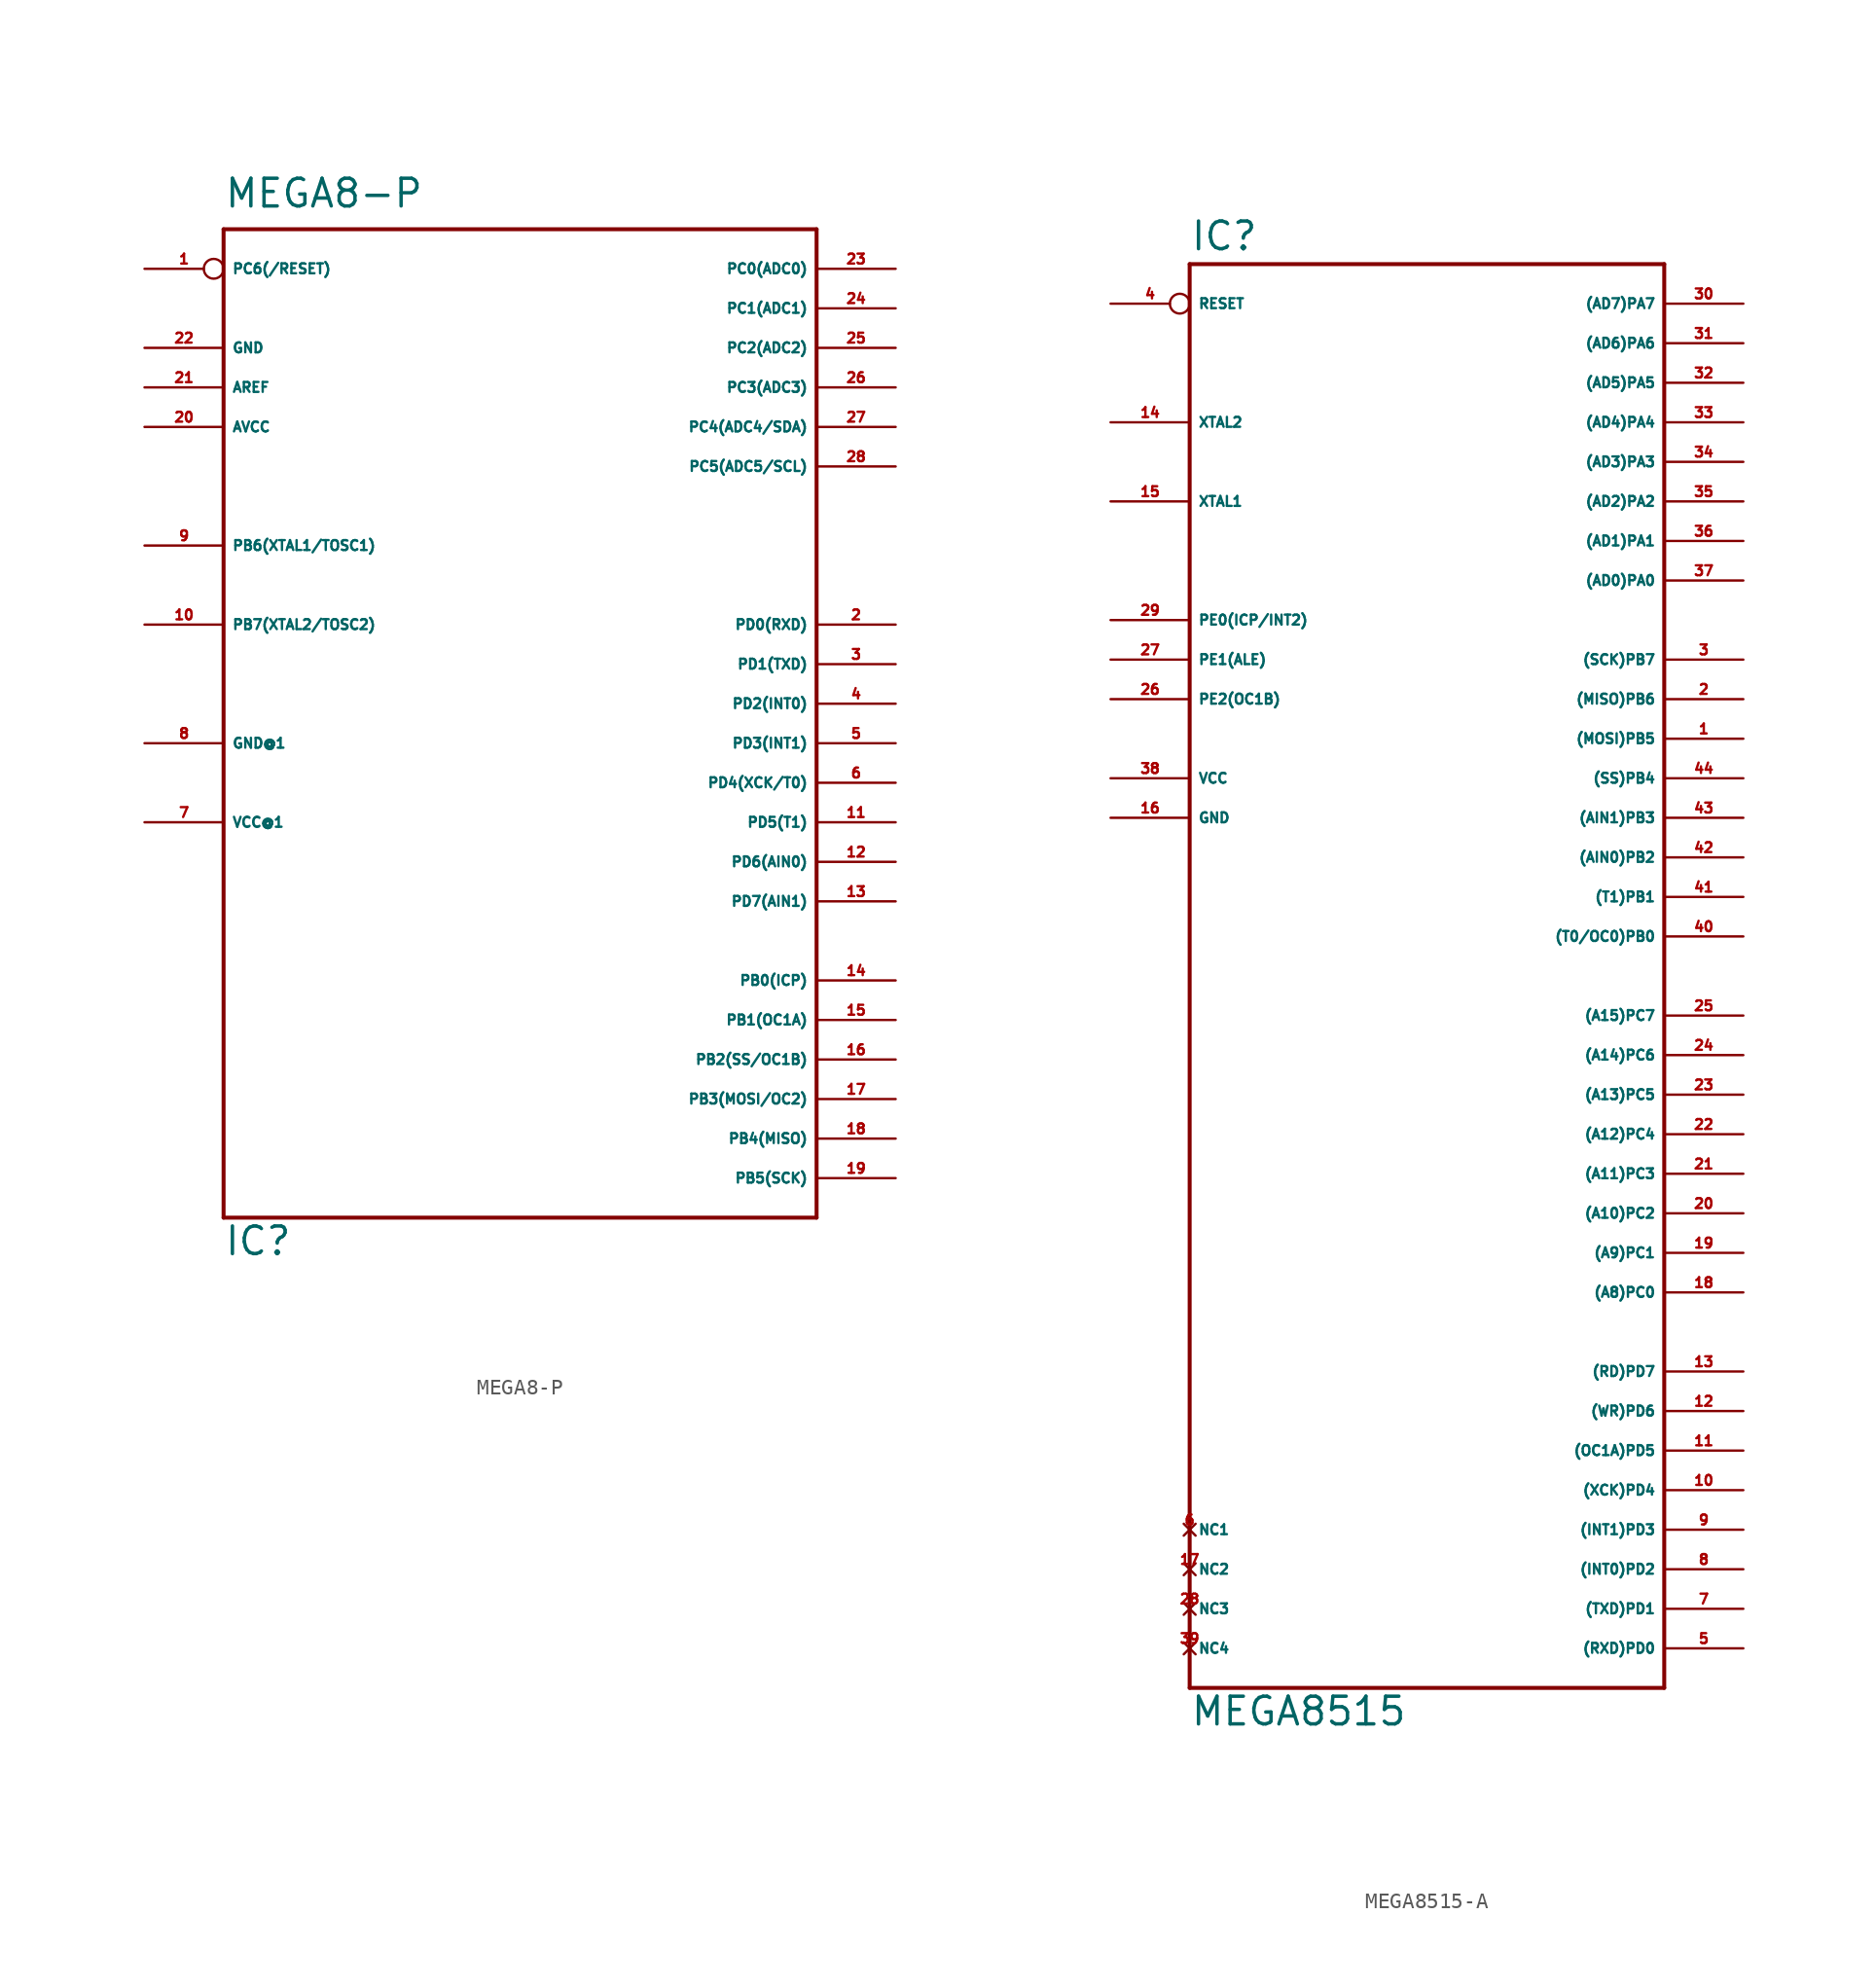
<source format=kicad_sym>
(kicad_symbol_lib
  (version 20220914)
  (generator Eagle2Kicad)
  (symbol "MEGA8-P"
    (property "Reference" "IC"
      (at -17.78 -35.56 0)
      (effects (font (size 1.778 1.778) (thickness 0.22)) (justify left bottom)))
    (property "Value" "MEGA8-P"
      (at -17.78 31.75 0)
      (effects (font (size 1.778 1.778) (thickness 0.22)) (justify left bottom)))
    (polyline
      (pts (xy -17.78 30.48) (xy 20.32 30.48))
      (stroke (width 0.254) (type default))
      (fill (type none)))
    (polyline
      (pts (xy 20.32 30.48) (xy 20.32 -33.02))
      (stroke (width 0.254) (type default))
      (fill (type none)))
    (polyline
      (pts (xy 20.32 -33.02) (xy -17.78 -33.02))
      (stroke (width 0.254) (type default))
      (fill (type none)))
    (polyline
      (pts (xy -17.78 -33.02) (xy -17.78 30.48))
      (stroke (width 0.254) (type default))
      (fill (type none)))
    (pin bidirectional line
      (at 25.4 -30.48 180)
      (length 5.08)
      (name "PB5(SCK)" (effects (font (size 0.635 0.635) (thickness 0.08)) (justify left bottom)))
      (number "19" (effects (font (size 0.635 0.635) (thickness 0.08)) (justify left bottom))))
    (pin bidirectional line
      (at -22.86 5.08 0)
      (length 5.08)
      (name "PB7(XTAL2/TOSC2)" (effects (font (size 0.635 0.635) (thickness 0.08)) (justify left bottom)))
      (number "10" (effects (font (size 0.635 0.635) (thickness 0.08)) (justify left bottom))))
    (pin bidirectional line
      (at -22.86 10.16 0)
      (length 5.08)
      (name "PB6(XTAL1/TOSC1)" (effects (font (size 0.635 0.635) (thickness 0.08)) (justify left bottom)))
      (number "9" (effects (font (size 0.635 0.635) (thickness 0.08)) (justify left bottom))))
    (pin unspecified line
      (at -22.86 -2.54 0)
      (length 5.08)
      (name "GND@1" (effects (font (size 0.635 0.635) (thickness 0.08)) (justify left bottom)))
      (number "8" (effects (font (size 0.635 0.635) (thickness 0.08)) (justify left bottom))))
    (pin unspecified line
      (at -22.86 -7.62 0)
      (length 5.08)
      (name "VCC@1" (effects (font (size 0.635 0.635) (thickness 0.08)) (justify left bottom)))
      (number "7" (effects (font (size 0.635 0.635) (thickness 0.08)) (justify left bottom))))
    (pin unspecified line
      (at -22.86 22.86 0)
      (length 5.08)
      (name "GND" (effects (font (size 0.635 0.635) (thickness 0.08)) (justify left bottom)))
      (number "22" (effects (font (size 0.635 0.635) (thickness 0.08)) (justify left bottom))))
    (pin passive line
      (at -22.86 20.32 0)
      (length 5.08)
      (name "AREF" (effects (font (size 0.635 0.635) (thickness 0.08)) (justify left bottom)))
      (number "21" (effects (font (size 0.635 0.635) (thickness 0.08)) (justify left bottom))))
    (pin unspecified line
      (at -22.86 17.78 0)
      (length 5.08)
      (name "AVCC" (effects (font (size 0.635 0.635) (thickness 0.08)) (justify left bottom)))
      (number "20" (effects (font (size 0.635 0.635) (thickness 0.08)) (justify left bottom))))
    (pin bidirectional line
      (at 25.4 -27.94 180)
      (length 5.08)
      (name "PB4(MISO)" (effects (font (size 0.635 0.635) (thickness 0.08)) (justify left bottom)))
      (number "18" (effects (font (size 0.635 0.635) (thickness 0.08)) (justify left bottom))))
    (pin bidirectional line
      (at 25.4 -25.4 180)
      (length 5.08)
      (name "PB3(MOSI/OC2)" (effects (font (size 0.635 0.635) (thickness 0.08)) (justify left bottom)))
      (number "17" (effects (font (size 0.635 0.635) (thickness 0.08)) (justify left bottom))))
    (pin bidirectional line
      (at 25.4 -22.86 180)
      (length 5.08)
      (name "PB2(SS/OC1B)" (effects (font (size 0.635 0.635) (thickness 0.08)) (justify left bottom)))
      (number "16" (effects (font (size 0.635 0.635) (thickness 0.08)) (justify left bottom))))
    (pin bidirectional line
      (at 25.4 -20.32 180)
      (length 5.08)
      (name "PB1(OC1A)" (effects (font (size 0.635 0.635) (thickness 0.08)) (justify left bottom)))
      (number "15" (effects (font (size 0.635 0.635) (thickness 0.08)) (justify left bottom))))
    (pin bidirectional line
      (at 25.4 -17.78 180)
      (length 5.08)
      (name "PB0(ICP)" (effects (font (size 0.635 0.635) (thickness 0.08)) (justify left bottom)))
      (number "14" (effects (font (size 0.635 0.635) (thickness 0.08)) (justify left bottom))))
    (pin bidirectional line
      (at 25.4 -12.7 180)
      (length 5.08)
      (name "PD7(AIN1)" (effects (font (size 0.635 0.635) (thickness 0.08)) (justify left bottom)))
      (number "13" (effects (font (size 0.635 0.635) (thickness 0.08)) (justify left bottom))))
    (pin bidirectional line
      (at 25.4 -10.16 180)
      (length 5.08)
      (name "PD6(AIN0)" (effects (font (size 0.635 0.635) (thickness 0.08)) (justify left bottom)))
      (number "12" (effects (font (size 0.635 0.635) (thickness 0.08)) (justify left bottom))))
    (pin bidirectional line
      (at 25.4 -7.62 180)
      (length 5.08)
      (name "PD5(T1)" (effects (font (size 0.635 0.635) (thickness 0.08)) (justify left bottom)))
      (number "11" (effects (font (size 0.635 0.635) (thickness 0.08)) (justify left bottom))))
    (pin bidirectional line
      (at 25.4 -5.08 180)
      (length 5.08)
      (name "PD4(XCK/T0)" (effects (font (size 0.635 0.635) (thickness 0.08)) (justify left bottom)))
      (number "6" (effects (font (size 0.635 0.635) (thickness 0.08)) (justify left bottom))))
    (pin bidirectional line
      (at 25.4 -2.54 180)
      (length 5.08)
      (name "PD3(INT1)" (effects (font (size 0.635 0.635) (thickness 0.08)) (justify left bottom)))
      (number "5" (effects (font (size 0.635 0.635) (thickness 0.08)) (justify left bottom))))
    (pin bidirectional line
      (at 25.4 0 180)
      (length 5.08)
      (name "PD2(INT0)" (effects (font (size 0.635 0.635) (thickness 0.08)) (justify left bottom)))
      (number "4" (effects (font (size 0.635 0.635) (thickness 0.08)) (justify left bottom))))
    (pin bidirectional line
      (at 25.4 2.54 180)
      (length 5.08)
      (name "PD1(TXD)" (effects (font (size 0.635 0.635) (thickness 0.08)) (justify left bottom)))
      (number "3" (effects (font (size 0.635 0.635) (thickness 0.08)) (justify left bottom))))
    (pin bidirectional line
      (at 25.4 5.08 180)
      (length 5.08)
      (name "PD0(RXD)" (effects (font (size 0.635 0.635) (thickness 0.08)) (justify left bottom)))
      (number "2" (effects (font (size 0.635 0.635) (thickness 0.08)) (justify left bottom))))
    (pin bidirectional line
      (at 25.4 15.24 180)
      (length 5.08)
      (name "PC5(ADC5/SCL)" (effects (font (size 0.635 0.635) (thickness 0.08)) (justify left bottom)))
      (number "28" (effects (font (size 0.635 0.635) (thickness 0.08)) (justify left bottom))))
    (pin bidirectional line
      (at 25.4 17.78 180)
      (length 5.08)
      (name "PC4(ADC4/SDA)" (effects (font (size 0.635 0.635) (thickness 0.08)) (justify left bottom)))
      (number "27" (effects (font (size 0.635 0.635) (thickness 0.08)) (justify left bottom))))
    (pin bidirectional line
      (at 25.4 20.32 180)
      (length 5.08)
      (name "PC3(ADC3)" (effects (font (size 0.635 0.635) (thickness 0.08)) (justify left bottom)))
      (number "26" (effects (font (size 0.635 0.635) (thickness 0.08)) (justify left bottom))))
    (pin bidirectional line
      (at 25.4 22.86 180)
      (length 5.08)
      (name "PC2(ADC2)" (effects (font (size 0.635 0.635) (thickness 0.08)) (justify left bottom)))
      (number "25" (effects (font (size 0.635 0.635) (thickness 0.08)) (justify left bottom))))
    (pin bidirectional line
      (at 25.4 25.4 180)
      (length 5.08)
      (name "PC1(ADC1)" (effects (font (size 0.635 0.635) (thickness 0.08)) (justify left bottom)))
      (number "24" (effects (font (size 0.635 0.635) (thickness 0.08)) (justify left bottom))))
    (pin bidirectional line
      (at 25.4 27.94 180)
      (length 5.08)
      (name "PC0(ADC0)" (effects (font (size 0.635 0.635) (thickness 0.08)) (justify left bottom)))
      (number "23" (effects (font (size 0.635 0.635) (thickness 0.08)) (justify left bottom))))
    (pin bidirectional inverted
      (at -22.86 27.94 0)
      (length 5.08)
      (name "PC6(/RESET)" (effects (font (size 0.635 0.635) (thickness 0.08)) (justify left bottom)))
      (number "1" (effects (font (size 0.635 0.635) (thickness 0.08)) (justify left bottom)))))
  (symbol "MEGA8515-A"
    (property "Reference" "IC"
      (at -15.24 41.402 0)
      (effects (font (size 1.778 1.778) (thickness 0.22)) (justify left bottom)))
    (property "Value" "MEGA8515"
      (at -15.24 -53.34 0)
      (effects (font (size 1.778 1.778) (thickness 0.22)) (justify left bottom)))
    (polyline
      (pts (xy -15.24 40.64) (xy 15.24 40.64))
      (stroke (width 0.254) (type default))
      (fill (type none)))
    (polyline
      (pts (xy 15.24 40.64) (xy 15.24 -50.8))
      (stroke (width 0.254) (type default))
      (fill (type none)))
    (polyline
      (pts (xy 15.24 -50.8) (xy -15.24 -50.8))
      (stroke (width 0.254) (type default))
      (fill (type none)))
    (polyline
      (pts (xy -15.24 -50.8) (xy -15.24 40.64))
      (stroke (width 0.254) (type default))
      (fill (type none)))
    (pin bidirectional line
      (at 20.32 38.1 180)
      (length 5.08)
      (name "(AD7)PA7" (effects (font (size 0.635 0.635) (thickness 0.08)) (justify left bottom)))
      (number "30" (effects (font (size 0.635 0.635) (thickness 0.08)) (justify left bottom))))
    (pin bidirectional line
      (at 20.32 35.56 180)
      (length 5.08)
      (name "(AD6)PA6" (effects (font (size 0.635 0.635) (thickness 0.08)) (justify left bottom)))
      (number "31" (effects (font (size 0.635 0.635) (thickness 0.08)) (justify left bottom))))
    (pin bidirectional line
      (at 20.32 33.02 180)
      (length 5.08)
      (name "(AD5)PA5" (effects (font (size 0.635 0.635) (thickness 0.08)) (justify left bottom)))
      (number "32" (effects (font (size 0.635 0.635) (thickness 0.08)) (justify left bottom))))
    (pin bidirectional line
      (at 20.32 30.48 180)
      (length 5.08)
      (name "(AD4)PA4" (effects (font (size 0.635 0.635) (thickness 0.08)) (justify left bottom)))
      (number "33" (effects (font (size 0.635 0.635) (thickness 0.08)) (justify left bottom))))
    (pin bidirectional line
      (at 20.32 27.94 180)
      (length 5.08)
      (name "(AD3)PA3" (effects (font (size 0.635 0.635) (thickness 0.08)) (justify left bottom)))
      (number "34" (effects (font (size 0.635 0.635) (thickness 0.08)) (justify left bottom))))
    (pin bidirectional line
      (at 20.32 25.4 180)
      (length 5.08)
      (name "(AD2)PA2" (effects (font (size 0.635 0.635) (thickness 0.08)) (justify left bottom)))
      (number "35" (effects (font (size 0.635 0.635) (thickness 0.08)) (justify left bottom))))
    (pin bidirectional line
      (at 20.32 22.86 180)
      (length 5.08)
      (name "(AD1)PA1" (effects (font (size 0.635 0.635) (thickness 0.08)) (justify left bottom)))
      (number "36" (effects (font (size 0.635 0.635) (thickness 0.08)) (justify left bottom))))
    (pin bidirectional line
      (at 20.32 20.32 180)
      (length 5.08)
      (name "(AD0)PA0" (effects (font (size 0.635 0.635) (thickness 0.08)) (justify left bottom)))
      (number "37" (effects (font (size 0.635 0.635) (thickness 0.08)) (justify left bottom))))
    (pin bidirectional line
      (at 20.32 15.24 180)
      (length 5.08)
      (name "(SCK)PB7" (effects (font (size 0.635 0.635) (thickness 0.08)) (justify left bottom)))
      (number "3" (effects (font (size 0.635 0.635) (thickness 0.08)) (justify left bottom))))
    (pin bidirectional line
      (at 20.32 12.7 180)
      (length 5.08)
      (name "(MISO)PB6" (effects (font (size 0.635 0.635) (thickness 0.08)) (justify left bottom)))
      (number "2" (effects (font (size 0.635 0.635) (thickness 0.08)) (justify left bottom))))
    (pin bidirectional line
      (at 20.32 10.16 180)
      (length 5.08)
      (name "(MOSI)PB5" (effects (font (size 0.635 0.635) (thickness 0.08)) (justify left bottom)))
      (number "1" (effects (font (size 0.635 0.635) (thickness 0.08)) (justify left bottom))))
    (pin bidirectional line
      (at 20.32 7.62 180)
      (length 5.08)
      (name "(SS)PB4" (effects (font (size 0.635 0.635) (thickness 0.08)) (justify left bottom)))
      (number "44" (effects (font (size 0.635 0.635) (thickness 0.08)) (justify left bottom))))
    (pin bidirectional line
      (at 20.32 5.08 180)
      (length 5.08)
      (name "(AIN1)PB3" (effects (font (size 0.635 0.635) (thickness 0.08)) (justify left bottom)))
      (number "43" (effects (font (size 0.635 0.635) (thickness 0.08)) (justify left bottom))))
    (pin bidirectional line
      (at 20.32 2.54 180)
      (length 5.08)
      (name "(AIN0)PB2" (effects (font (size 0.635 0.635) (thickness 0.08)) (justify left bottom)))
      (number "42" (effects (font (size 0.635 0.635) (thickness 0.08)) (justify left bottom))))
    (pin bidirectional line
      (at 20.32 0 180)
      (length 5.08)
      (name "(T1)PB1" (effects (font (size 0.635 0.635) (thickness 0.08)) (justify left bottom)))
      (number "41" (effects (font (size 0.635 0.635) (thickness 0.08)) (justify left bottom))))
    (pin bidirectional line
      (at 20.32 -2.54 180)
      (length 5.08)
      (name "(T0/OC0)PB0" (effects (font (size 0.635 0.635) (thickness 0.08)) (justify left bottom)))
      (number "40" (effects (font (size 0.635 0.635) (thickness 0.08)) (justify left bottom))))
    (pin bidirectional line
      (at 20.32 -7.62 180)
      (length 5.08)
      (name "(A15)PC7" (effects (font (size 0.635 0.635) (thickness 0.08)) (justify left bottom)))
      (number "25" (effects (font (size 0.635 0.635) (thickness 0.08)) (justify left bottom))))
    (pin bidirectional line
      (at 20.32 -10.16 180)
      (length 5.08)
      (name "(A14)PC6" (effects (font (size 0.635 0.635) (thickness 0.08)) (justify left bottom)))
      (number "24" (effects (font (size 0.635 0.635) (thickness 0.08)) (justify left bottom))))
    (pin bidirectional line
      (at 20.32 -12.7 180)
      (length 5.08)
      (name "(A13)PC5" (effects (font (size 0.635 0.635) (thickness 0.08)) (justify left bottom)))
      (number "23" (effects (font (size 0.635 0.635) (thickness 0.08)) (justify left bottom))))
    (pin bidirectional line
      (at 20.32 -15.24 180)
      (length 5.08)
      (name "(A12)PC4" (effects (font (size 0.635 0.635) (thickness 0.08)) (justify left bottom)))
      (number "22" (effects (font (size 0.635 0.635) (thickness 0.08)) (justify left bottom))))
    (pin bidirectional line
      (at 20.32 -17.78 180)
      (length 5.08)
      (name "(A11)PC3" (effects (font (size 0.635 0.635) (thickness 0.08)) (justify left bottom)))
      (number "21" (effects (font (size 0.635 0.635) (thickness 0.08)) (justify left bottom))))
    (pin bidirectional line
      (at 20.32 -20.32 180)
      (length 5.08)
      (name "(A10)PC2" (effects (font (size 0.635 0.635) (thickness 0.08)) (justify left bottom)))
      (number "20" (effects (font (size 0.635 0.635) (thickness 0.08)) (justify left bottom))))
    (pin bidirectional line
      (at 20.32 -22.86 180)
      (length 5.08)
      (name "(A9)PC1" (effects (font (size 0.635 0.635) (thickness 0.08)) (justify left bottom)))
      (number "19" (effects (font (size 0.635 0.635) (thickness 0.08)) (justify left bottom))))
    (pin bidirectional line
      (at 20.32 -25.4 180)
      (length 5.08)
      (name "(A8)PC0" (effects (font (size 0.635 0.635) (thickness 0.08)) (justify left bottom)))
      (number "18" (effects (font (size 0.635 0.635) (thickness 0.08)) (justify left bottom))))
    (pin bidirectional line
      (at -20.32 12.7 0)
      (length 5.08)
      (name "PE2(OC1B)" (effects (font (size 0.635 0.635) (thickness 0.08)) (justify left bottom)))
      (number "26" (effects (font (size 0.635 0.635) (thickness 0.08)) (justify left bottom))))
    (pin bidirectional line
      (at -20.32 15.24 0)
      (length 5.08)
      (name "PE1(ALE)" (effects (font (size 0.635 0.635) (thickness 0.08)) (justify left bottom)))
      (number "27" (effects (font (size 0.635 0.635) (thickness 0.08)) (justify left bottom))))
    (pin bidirectional line
      (at -20.32 17.78 0)
      (length 5.08)
      (name "PE0(ICP/INT2)" (effects (font (size 0.635 0.635) (thickness 0.08)) (justify left bottom)))
      (number "29" (effects (font (size 0.635 0.635) (thickness 0.08)) (justify left bottom))))
    (pin bidirectional line
      (at -20.32 25.4 0)
      (length 5.08)
      (name "XTAL1" (effects (font (size 0.635 0.635) (thickness 0.08)) (justify left bottom)))
      (number "15" (effects (font (size 0.635 0.635) (thickness 0.08)) (justify left bottom))))
    (pin bidirectional line
      (at -20.32 30.48 0)
      (length 5.08)
      (name "XTAL2" (effects (font (size 0.635 0.635) (thickness 0.08)) (justify left bottom)))
      (number "14" (effects (font (size 0.635 0.635) (thickness 0.08)) (justify left bottom))))
    (pin unspecified line
      (at -20.32 7.62 0)
      (length 5.08)
      (name "VCC" (effects (font (size 0.635 0.635) (thickness 0.08)) (justify left bottom)))
      (number "38" (effects (font (size 0.635 0.635) (thickness 0.08)) (justify left bottom))))
    (pin unspecified line
      (at -20.32 5.08 0)
      (length 5.08)
      (name "GND" (effects (font (size 0.635 0.635) (thickness 0.08)) (justify left bottom)))
      (number "16" (effects (font (size 0.635 0.635) (thickness 0.08)) (justify left bottom))))
    (pin input inverted
      (at -20.32 38.1 0)
      (length 5.08)
      (name "RESET" (effects (font (size 0.635 0.635) (thickness 0.08)) (justify left bottom)))
      (number "4" (effects (font (size 0.635 0.635) (thickness 0.08)) (justify left bottom))))
    (pin bidirectional line
      (at 20.32 -48.26 180)
      (length 5.08)
      (name "(RXD)PD0" (effects (font (size 0.635 0.635) (thickness 0.08)) (justify left bottom)))
      (number "5" (effects (font (size 0.635 0.635) (thickness 0.08)) (justify left bottom))))
    (pin bidirectional line
      (at 20.32 -45.72 180)
      (length 5.08)
      (name "(TXD)PD1" (effects (font (size 0.635 0.635) (thickness 0.08)) (justify left bottom)))
      (number "7" (effects (font (size 0.635 0.635) (thickness 0.08)) (justify left bottom))))
    (pin bidirectional line
      (at 20.32 -43.18 180)
      (length 5.08)
      (name "(INT0)PD2" (effects (font (size 0.635 0.635) (thickness 0.08)) (justify left bottom)))
      (number "8" (effects (font (size 0.635 0.635) (thickness 0.08)) (justify left bottom))))
    (pin bidirectional line
      (at 20.32 -40.64 180)
      (length 5.08)
      (name "(INT1)PD3" (effects (font (size 0.635 0.635) (thickness 0.08)) (justify left bottom)))
      (number "9" (effects (font (size 0.635 0.635) (thickness 0.08)) (justify left bottom))))
    (pin bidirectional line
      (at 20.32 -38.1 180)
      (length 5.08)
      (name "(XCK)PD4" (effects (font (size 0.635 0.635) (thickness 0.08)) (justify left bottom)))
      (number "10" (effects (font (size 0.635 0.635) (thickness 0.08)) (justify left bottom))))
    (pin bidirectional line
      (at 20.32 -35.56 180)
      (length 5.08)
      (name "(OC1A)PD5" (effects (font (size 0.635 0.635) (thickness 0.08)) (justify left bottom)))
      (number "11" (effects (font (size 0.635 0.635) (thickness 0.08)) (justify left bottom))))
    (pin bidirectional line
      (at 20.32 -33.02 180)
      (length 5.08)
      (name "(WR)PD6" (effects (font (size 0.635 0.635) (thickness 0.08)) (justify left bottom)))
      (number "12" (effects (font (size 0.635 0.635) (thickness 0.08)) (justify left bottom))))
    (pin bidirectional line
      (at 20.32 -30.48 180)
      (length 5.08)
      (name "(RD)PD7" (effects (font (size 0.635 0.635) (thickness 0.08)) (justify left bottom)))
      (number "13" (effects (font (size 0.635 0.635) (thickness 0.08)) (justify left bottom))))
    (pin no_connect line
      (at -15.24 -40.64 0)
      (length 0)
      (name "NC1" (effects (font (size 0.635 0.635) (thickness 0.08)) (justify left bottom) hide))
      (number "6" (effects (font (size 0.635 0.635) (thickness 0.08)) (justify left bottom) hide)))
    (pin no_connect line
      (at -15.24 -43.18 0)
      (length 0)
      (name "NC2" (effects (font (size 0.635 0.635) (thickness 0.08)) (justify left bottom) hide))
      (number "17" (effects (font (size 0.635 0.635) (thickness 0.08)) (justify left bottom) hide)))
    (pin no_connect line
      (at -15.24 -45.72 0)
      (length 0)
      (name "NC3" (effects (font (size 0.635 0.635) (thickness 0.08)) (justify left bottom) hide))
      (number "28" (effects (font (size 0.635 0.635) (thickness 0.08)) (justify left bottom) hide)))
    (pin no_connect line
      (at -15.24 -48.26 0)
      (length 0)
      (name "NC4" (effects (font (size 0.635 0.635) (thickness 0.08)) (justify left bottom) hide))
      (number "39" (effects (font (size 0.635 0.635) (thickness 0.08)) (justify left bottom) hide)))))
</source>
